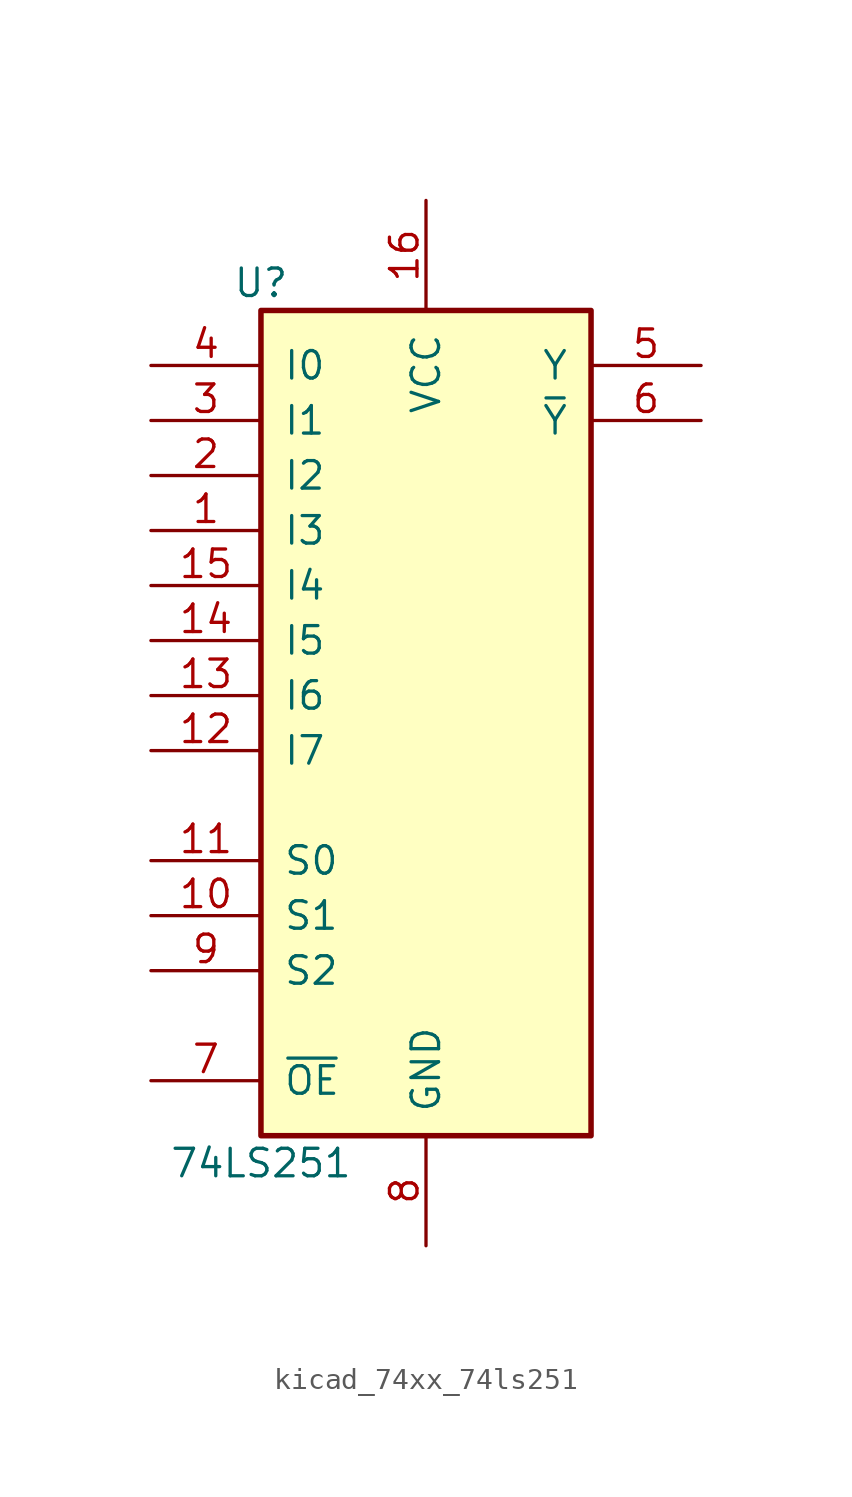
<source format=kicad_sym>
(kicad_symbol_lib
  (version 20220914)
  (generator kicad_symbol_editor)
  (symbol "kicad_74xx_74ls251"
    (pin_names
      (offset 1.016))
    (property "Reference" "U"
      (at -7.62 19.05 0)
      (effects (font (size 1.27 1.27))))
    (property "Value" "74LS251"
      (at -7.62 -21.59 0)
      (effects (font (size 1.27 1.27))))
    (property "ki_locked" ""
      (at 0 0 0)
      (effects (font (size 1.27 1.27))))
    (symbol "kicad_74xx_74ls251_1_0"
      (pin input line (at -12.7 7.62 0) (length 5.08) (name "I3" (effects (font (size 1.27 1.27)))) (number "1" (effects (font (size 1.27 1.27)))))
      (pin input line (at -12.7 -10.16 0) (length 5.08) (name "S1" (effects (font (size 1.27 1.27)))) (number "10" (effects (font (size 1.27 1.27)))))
      (pin input line (at -12.7 -7.62 0) (length 5.08) (name "S0" (effects (font (size 1.27 1.27)))) (number "11" (effects (font (size 1.27 1.27)))))
      (pin input line (at -12.7 -2.54 0) (length 5.08) (name "I7" (effects (font (size 1.27 1.27)))) (number "12" (effects (font (size 1.27 1.27)))))
      (pin input line (at -12.7 0 0) (length 5.08) (name "I6" (effects (font (size 1.27 1.27)))) (number "13" (effects (font (size 1.27 1.27)))))
      (pin input line (at -12.7 2.54 0) (length 5.08) (name "I5" (effects (font (size 1.27 1.27)))) (number "14" (effects (font (size 1.27 1.27)))))
      (pin input line (at -12.7 5.08 0) (length 5.08) (name "I4" (effects (font (size 1.27 1.27)))) (number "15" (effects (font (size 1.27 1.27)))))
      (pin power_in line (at 0 22.86 270) (length 5.08) (name "VCC" (effects (font (size 1.27 1.27)))) (number "16" (effects (font (size 1.27 1.27)))))
      (pin input line (at -12.7 10.16 0) (length 5.08) (name "I2" (effects (font (size 1.27 1.27)))) (number "2" (effects (font (size 1.27 1.27)))))
      (pin input line (at -12.7 12.7 0) (length 5.08) (name "I1" (effects (font (size 1.27 1.27)))) (number "3" (effects (font (size 1.27 1.27)))))
      (pin input line (at -12.7 15.24 0) (length 5.08) (name "I0" (effects (font (size 1.27 1.27)))) (number "4" (effects (font (size 1.27 1.27)))))
      (pin tri_state line (at 12.7 15.24 180) (length 5.08) (name "Y" (effects (font (size 1.27 1.27)))) (number "5" (effects (font (size 1.27 1.27)))))
      (pin tri_state line (at 12.7 12.7 180) (length 5.08) (name "~{Y}" (effects (font (size 1.27 1.27)))) (number "6" (effects (font (size 1.27 1.27)))))
      (pin input line (at -12.7 -17.78 0) (length 5.08) (name "~{OE}" (effects (font (size 1.27 1.27)))) (number "7" (effects (font (size 1.27 1.27)))))
      (pin power_in line (at 0 -25.4 90) (length 5.08) (name "GND" (effects (font (size 1.27 1.27)))) (number "8" (effects (font (size 1.27 1.27)))))
      (pin input line (at -12.7 -12.7 0) (length 5.08) (name "S2" (effects (font (size 1.27 1.27)))) (number "9" (effects (font (size 1.27 1.27))))))
    (symbol "kicad_74xx_74ls251_1_1"
      (rectangle (start -7.62 17.78) (end 7.62 -20.32) (stroke (width 0.254) (type default)) (fill (type background))))))
</source>
